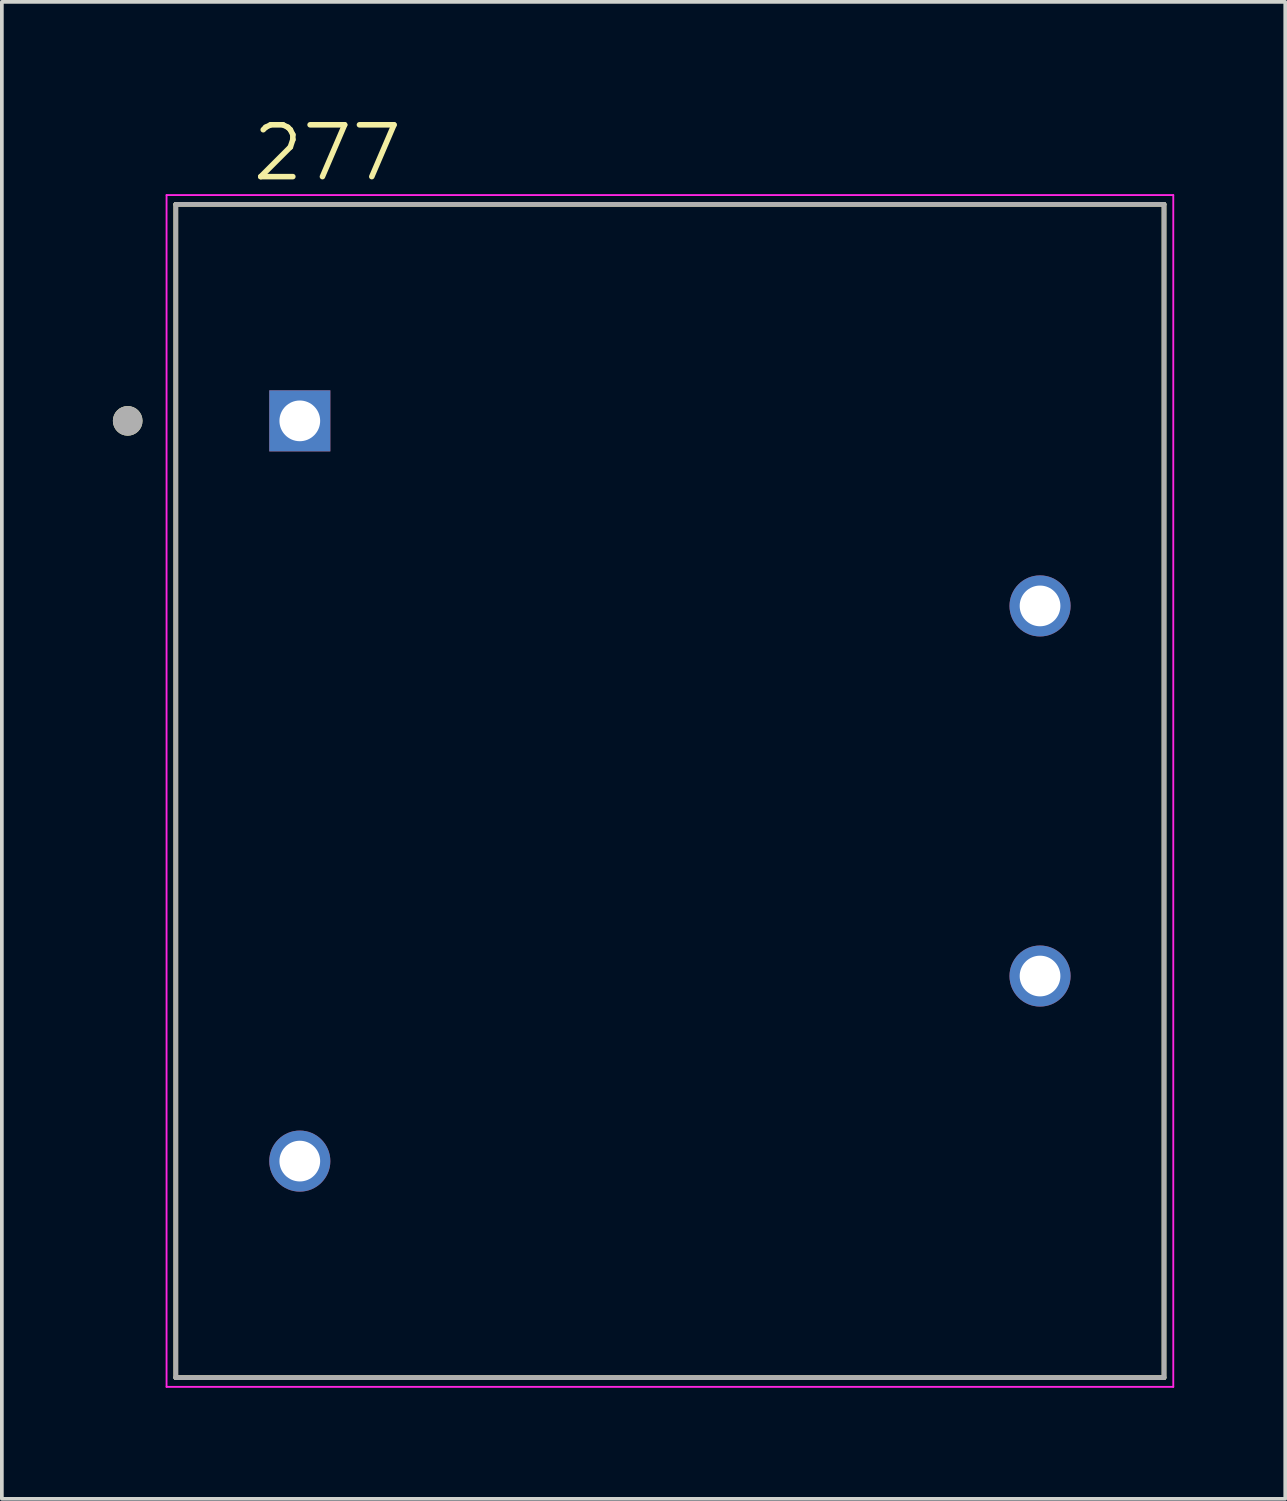
<source format=kicad_pcb>
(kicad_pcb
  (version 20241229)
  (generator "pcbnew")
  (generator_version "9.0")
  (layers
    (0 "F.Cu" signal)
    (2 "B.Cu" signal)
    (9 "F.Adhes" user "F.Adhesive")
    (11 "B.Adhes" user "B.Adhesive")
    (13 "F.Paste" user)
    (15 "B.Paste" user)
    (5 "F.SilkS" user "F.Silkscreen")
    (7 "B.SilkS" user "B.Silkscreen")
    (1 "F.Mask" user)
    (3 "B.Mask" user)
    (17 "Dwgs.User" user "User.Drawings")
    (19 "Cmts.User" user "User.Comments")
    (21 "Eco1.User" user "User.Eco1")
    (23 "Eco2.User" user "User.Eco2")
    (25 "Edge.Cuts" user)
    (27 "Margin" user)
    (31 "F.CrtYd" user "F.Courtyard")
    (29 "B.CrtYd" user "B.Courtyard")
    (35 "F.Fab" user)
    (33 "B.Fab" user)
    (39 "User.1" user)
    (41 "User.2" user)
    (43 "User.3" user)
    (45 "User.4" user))
  (footprint "277"
    (layer "F.Cu")
    (at 15.05 18.321)
    (property "Reference" "277" (at -9.255 -17.239 0) (layer "F.SilkS") (effects (font (size 1.4 1.4) (thickness 0.15))))
    (attr through_hole)
    (fp_line (start -13.35 -15.85) (end 13.35 -15.85) (stroke (width 0.127) (type solid)) (layer "F.SilkS"))
    (fp_line (start -13.35 15.85) (end -13.35 -15.85) (stroke (width 0.127) (type solid)) (layer "F.SilkS"))
    (fp_line (start 13.35 -15.85) (end 13.35 15.85) (stroke (width 0.127) (type solid)) (layer "F.SilkS"))
    (fp_line (start 13.35 15.85) (end -13.35 15.85) (stroke (width 0.127) (type solid)) (layer "F.SilkS"))
    (fp_circle (center -14.65 -10) (end -14.45 -10) (stroke (width 0.4) (type solid)) (fill no) (layer "F.SilkS"))
    (fp_line (start -13.6 -16.1) (end 13.6 -16.1) (stroke (width 0.05) (type solid)) (layer "F.CrtYd"))
    (fp_line (start -13.6 16.1) (end -13.6 -16.1) (stroke (width 0.05) (type solid)) (layer "F.CrtYd"))
    (fp_line (start 13.6 -16.1) (end 13.6 16.1) (stroke (width 0.05) (type solid)) (layer "F.CrtYd"))
    (fp_line (start 13.6 16.1) (end -13.6 16.1) (stroke (width 0.05) (type solid)) (layer "F.CrtYd"))
    (fp_line (start -13.35 -15.85) (end 13.35 -15.85) (stroke (width 0.127) (type solid)) (layer "F.Fab"))
    (fp_line (start -13.35 15.85) (end -13.35 -15.85) (stroke (width 0.127) (type solid)) (layer "F.Fab"))
    (fp_line (start 13.35 -15.85) (end 13.35 15.85) (stroke (width 0.127) (type solid)) (layer "F.Fab"))
    (fp_line (start 13.35 15.85) (end -13.35 15.85) (stroke (width 0.127) (type solid)) (layer "F.Fab"))
    (fp_circle (center -14.65 -10) (end -14.45 -10) (stroke (width 0.4) (type solid)) (fill no) (layer "F.Fab"))
    (pad "1" thru_hole rect (at -10 -10) (size 1.65 1.65) (drill 1.1) (layers "*.Cu" "*.Mask"))
    (pad "5" thru_hole circle (at -10 10) (size 1.65 1.65) (drill 1.1) (layers "*.Cu" "*.Mask"))
    (pad "7" thru_hole circle (at 10 5) (size 1.65 1.65) (drill 1.1) (layers "*.Cu" "*.Mask"))
    (pad "9" thru_hole circle (at 10 -5) (size 1.65 1.65) (drill 1.1) (layers "*.Cu" "*.Mask")))
  (gr_rect
    (start -3 -3)
    (end 31.675 37.446)
    (stroke (width 0.1) (type default))
    (fill no)
    (layer "Edge.Cuts")))
</source>
